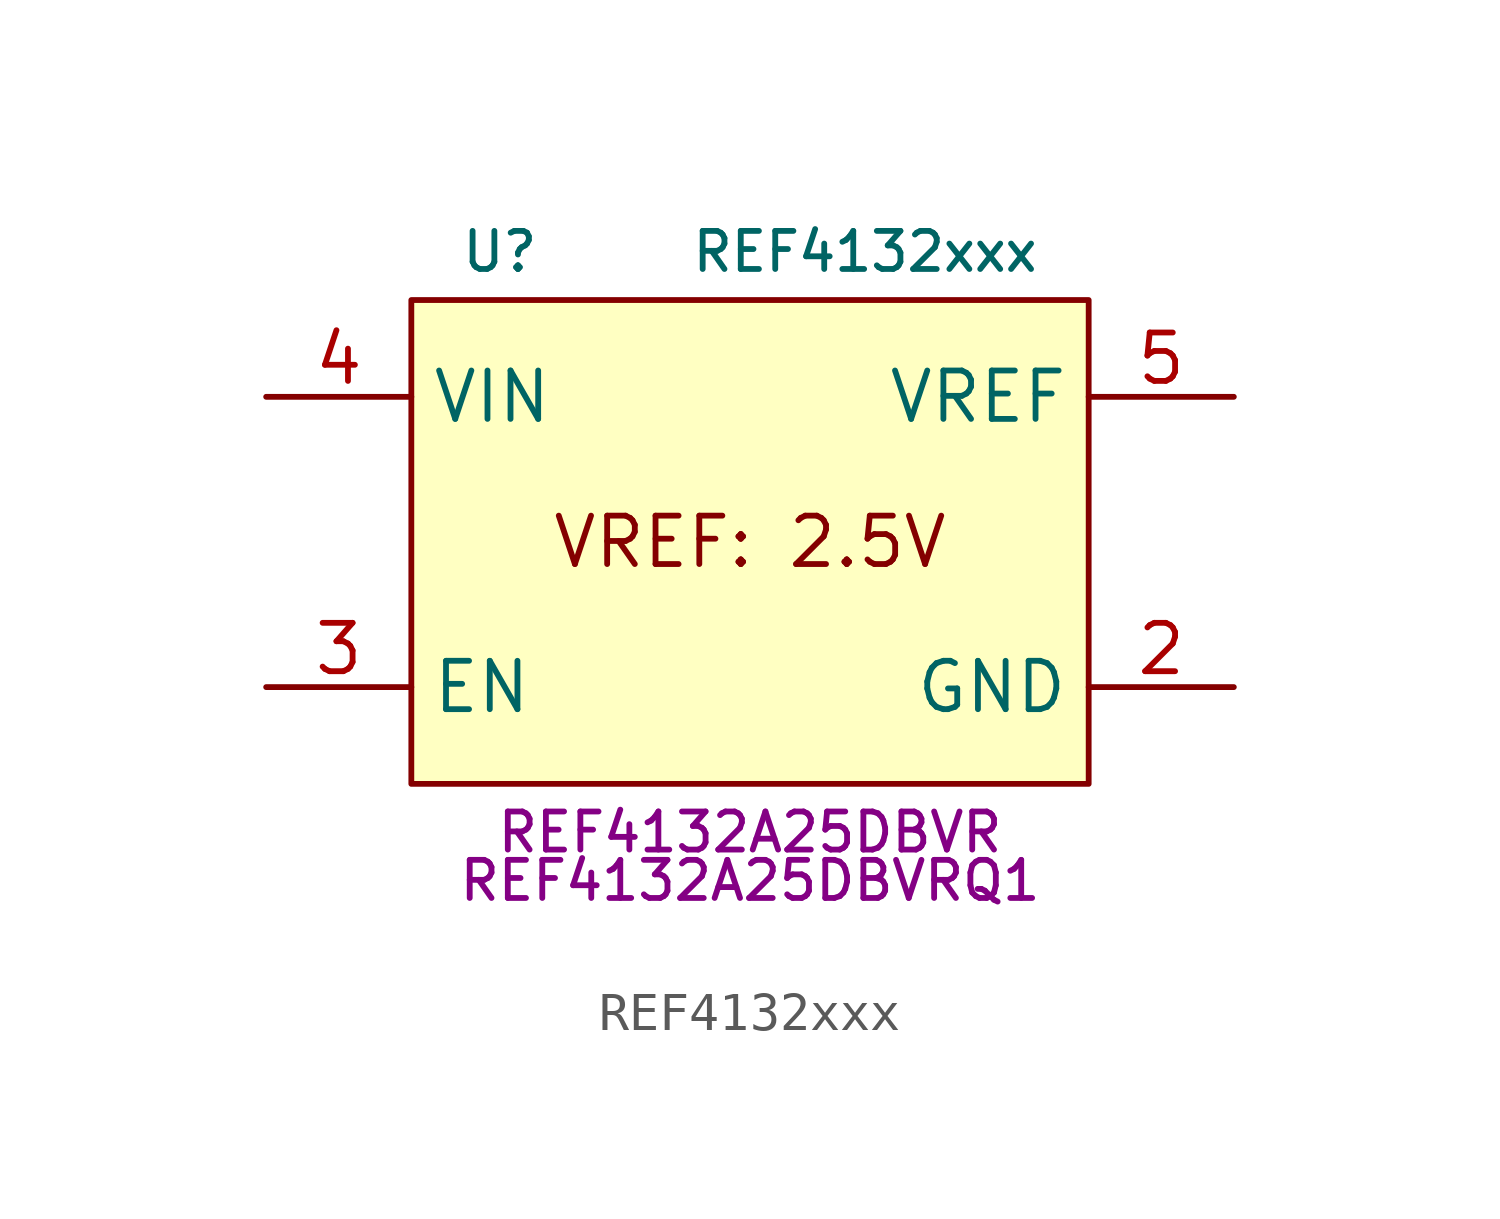
<source format=kicad_sym>
(kicad_symbol_lib
  (version 20231120)
  (generator "kicad_symbol_editor")
  (generator_version "8.0")
  (symbol "REF4132xxx"
    (property "Reference" "U"
      (at -7.62 7.62 0)
      (do_not_autoplace)
      (effects (font (size 1 1)) (justify left)))
    (property "Value" "REF4132xxx"
      (at 7.62 7.62 0)
      (do_not_autoplace)
      (effects (font (size 1 1)) (justify right)))
    (property "MPN" "REF4132A25DBVR"
      (at 0 -7.62 0)
      (do_not_autoplace)
      (effects (font (size 1 1))))
    (property "MPN2" "REF4132A25DBVRQ1"
      (at 0 -8.89 0)
      (do_not_autoplace)
      (effects (font (size 1 1))))
    (symbol "REF4132xxx_0_0"
      (text "VREF: 2.5V" (at 0 0 0) (effects (font (size 1.27 1.27)))))
    (symbol "REF4132xxx_0_1"
      (rectangle (start -8.89 6.35) (end 8.89 -6.35) (stroke (width 0.152) (type default)) (fill (type background))))
    (symbol "REF4132xxx_1_1"
      (pin power_in line (at 12.7 -3.81 180) (length 3.81) (name "GND" (effects (font (size 1.27 1.27)))) (number "2" (effects (font (size 1.27 1.27)))))
      (pin input line (at -12.7 -3.81 0) (length 3.81) (name "EN" (effects (font (size 1.27 1.27)))) (number "3" (effects (font (size 1.27 1.27)))))
      (pin power_in line (at -12.7 3.81 0) (length 3.81) (name "VIN" (effects (font (size 1.27 1.27)))) (number "4" (effects (font (size 1.27 1.27)))))
      (pin power_out line (at 12.7 3.81 180) (length 3.81) (name "VREF" (effects (font (size 1.27 1.27)))) (number "5" (effects (font (size 1.27 1.27))))))))
</source>
